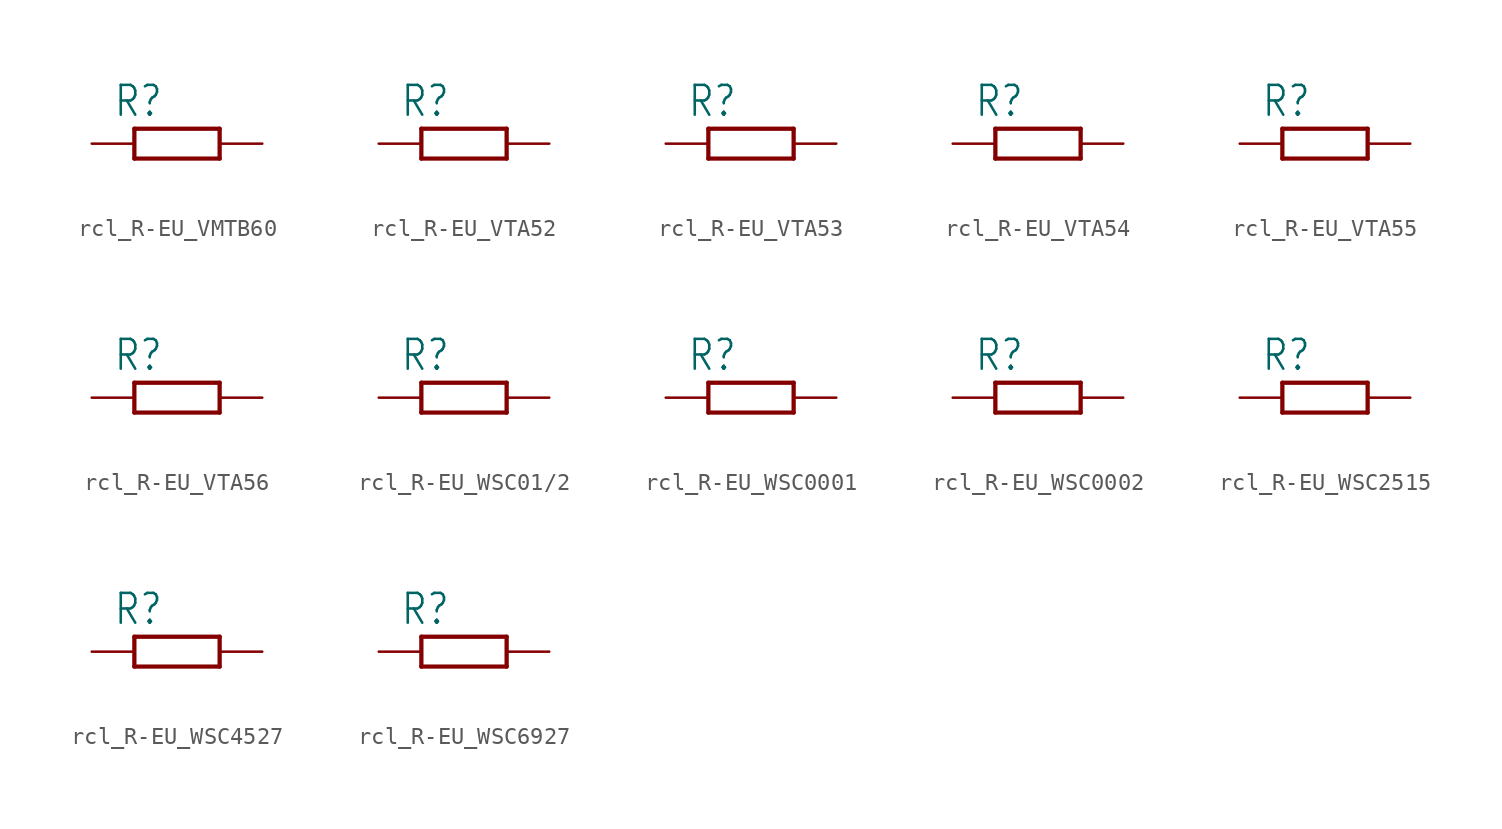
<source format=kicad_sym>
(kicad_symbol_lib
  (version 20231120)
  (generator "kicad_symbol_editor")
  (generator_version "8.0")
  (symbol "rcl_R-EU_VMTB60"
    (property "Reference" "R"
      (at -3.81 1.499 0)
      (effects (font (size 1.778 1.511)) (justify left bottom)))
    (property "Value" ""
      (at -3.81 -3.302 0)
      (effects (font (size 1.778 1.511)) (justify left bottom)))
    (property "ki_locked" ""
      (at 0 0 0)
      (effects (font (size 1.27 1.27))))
    (symbol "rcl_R-EU_VMTB60_1_0"
      (polyline (pts (xy -2.54 -0.889) (xy -2.54 0.889)) (stroke (width 0.254) (type solid)) (fill (type none)))
      (polyline (pts (xy -2.54 -0.889) (xy 2.54 -0.889)) (stroke (width 0.254) (type solid)) (fill (type none)))
      (polyline (pts (xy 2.54 -0.889) (xy 2.54 0.889)) (stroke (width 0.254) (type solid)) (fill (type none)))
      (polyline (pts (xy 2.54 0.889) (xy -2.54 0.889)) (stroke (width 0.254) (type solid)) (fill (type none)))
      (pin passive line (at -5.08 0 0) (length 2.54) (name "1" (effects (font (size 0 0)))) (number "1" (effects (font (size 0 0)))))
      (pin passive line (at 5.08 0 180) (length 2.54) (name "2" (effects (font (size 0 0)))) (number "2" (effects (font (size 0 0)))))))
  (symbol "rcl_R-EU_VTA52"
    (property "Reference" "R"
      (at -3.81 1.499 0)
      (effects (font (size 1.778 1.511)) (justify left bottom)))
    (property "Value" ""
      (at -3.81 -3.302 0)
      (effects (font (size 1.778 1.511)) (justify left bottom)))
    (property "ki_locked" ""
      (at 0 0 0)
      (effects (font (size 1.27 1.27))))
    (symbol "rcl_R-EU_VTA52_1_0"
      (polyline (pts (xy -2.54 -0.889) (xy -2.54 0.889)) (stroke (width 0.254) (type solid)) (fill (type none)))
      (polyline (pts (xy -2.54 -0.889) (xy 2.54 -0.889)) (stroke (width 0.254) (type solid)) (fill (type none)))
      (polyline (pts (xy 2.54 -0.889) (xy 2.54 0.889)) (stroke (width 0.254) (type solid)) (fill (type none)))
      (polyline (pts (xy 2.54 0.889) (xy -2.54 0.889)) (stroke (width 0.254) (type solid)) (fill (type none)))
      (pin passive line (at -5.08 0 0) (length 2.54) (name "1" (effects (font (size 0 0)))) (number "1" (effects (font (size 0 0)))))
      (pin passive line (at 5.08 0 180) (length 2.54) (name "2" (effects (font (size 0 0)))) (number "2" (effects (font (size 0 0)))))))
  (symbol "rcl_R-EU_VTA53"
    (property "Reference" "R"
      (at -3.81 1.499 0)
      (effects (font (size 1.778 1.511)) (justify left bottom)))
    (property "Value" ""
      (at -3.81 -3.302 0)
      (effects (font (size 1.778 1.511)) (justify left bottom)))
    (property "ki_locked" ""
      (at 0 0 0)
      (effects (font (size 1.27 1.27))))
    (symbol "rcl_R-EU_VTA53_1_0"
      (polyline (pts (xy -2.54 -0.889) (xy -2.54 0.889)) (stroke (width 0.254) (type solid)) (fill (type none)))
      (polyline (pts (xy -2.54 -0.889) (xy 2.54 -0.889)) (stroke (width 0.254) (type solid)) (fill (type none)))
      (polyline (pts (xy 2.54 -0.889) (xy 2.54 0.889)) (stroke (width 0.254) (type solid)) (fill (type none)))
      (polyline (pts (xy 2.54 0.889) (xy -2.54 0.889)) (stroke (width 0.254) (type solid)) (fill (type none)))
      (pin passive line (at -5.08 0 0) (length 2.54) (name "1" (effects (font (size 0 0)))) (number "1" (effects (font (size 0 0)))))
      (pin passive line (at 5.08 0 180) (length 2.54) (name "2" (effects (font (size 0 0)))) (number "2" (effects (font (size 0 0)))))))
  (symbol "rcl_R-EU_VTA54"
    (property "Reference" "R"
      (at -3.81 1.499 0)
      (effects (font (size 1.778 1.511)) (justify left bottom)))
    (property "Value" ""
      (at -3.81 -3.302 0)
      (effects (font (size 1.778 1.511)) (justify left bottom)))
    (property "ki_locked" ""
      (at 0 0 0)
      (effects (font (size 1.27 1.27))))
    (symbol "rcl_R-EU_VTA54_1_0"
      (polyline (pts (xy -2.54 -0.889) (xy -2.54 0.889)) (stroke (width 0.254) (type solid)) (fill (type none)))
      (polyline (pts (xy -2.54 -0.889) (xy 2.54 -0.889)) (stroke (width 0.254) (type solid)) (fill (type none)))
      (polyline (pts (xy 2.54 -0.889) (xy 2.54 0.889)) (stroke (width 0.254) (type solid)) (fill (type none)))
      (polyline (pts (xy 2.54 0.889) (xy -2.54 0.889)) (stroke (width 0.254) (type solid)) (fill (type none)))
      (pin passive line (at -5.08 0 0) (length 2.54) (name "1" (effects (font (size 0 0)))) (number "1" (effects (font (size 0 0)))))
      (pin passive line (at 5.08 0 180) (length 2.54) (name "2" (effects (font (size 0 0)))) (number "2" (effects (font (size 0 0)))))))
  (symbol "rcl_R-EU_VTA55"
    (property "Reference" "R"
      (at -3.81 1.499 0)
      (effects (font (size 1.778 1.511)) (justify left bottom)))
    (property "Value" ""
      (at -3.81 -3.302 0)
      (effects (font (size 1.778 1.511)) (justify left bottom)))
    (property "ki_locked" ""
      (at 0 0 0)
      (effects (font (size 1.27 1.27))))
    (symbol "rcl_R-EU_VTA55_1_0"
      (polyline (pts (xy -2.54 -0.889) (xy -2.54 0.889)) (stroke (width 0.254) (type solid)) (fill (type none)))
      (polyline (pts (xy -2.54 -0.889) (xy 2.54 -0.889)) (stroke (width 0.254) (type solid)) (fill (type none)))
      (polyline (pts (xy 2.54 -0.889) (xy 2.54 0.889)) (stroke (width 0.254) (type solid)) (fill (type none)))
      (polyline (pts (xy 2.54 0.889) (xy -2.54 0.889)) (stroke (width 0.254) (type solid)) (fill (type none)))
      (pin passive line (at -5.08 0 0) (length 2.54) (name "1" (effects (font (size 0 0)))) (number "1" (effects (font (size 0 0)))))
      (pin passive line (at 5.08 0 180) (length 2.54) (name "2" (effects (font (size 0 0)))) (number "2" (effects (font (size 0 0)))))))
  (symbol "rcl_R-EU_VTA56"
    (property "Reference" "R"
      (at -3.81 1.499 0)
      (effects (font (size 1.778 1.511)) (justify left bottom)))
    (property "Value" ""
      (at -3.81 -3.302 0)
      (effects (font (size 1.778 1.511)) (justify left bottom)))
    (property "ki_locked" ""
      (at 0 0 0)
      (effects (font (size 1.27 1.27))))
    (symbol "rcl_R-EU_VTA56_1_0"
      (polyline (pts (xy -2.54 -0.889) (xy -2.54 0.889)) (stroke (width 0.254) (type solid)) (fill (type none)))
      (polyline (pts (xy -2.54 -0.889) (xy 2.54 -0.889)) (stroke (width 0.254) (type solid)) (fill (type none)))
      (polyline (pts (xy 2.54 -0.889) (xy 2.54 0.889)) (stroke (width 0.254) (type solid)) (fill (type none)))
      (polyline (pts (xy 2.54 0.889) (xy -2.54 0.889)) (stroke (width 0.254) (type solid)) (fill (type none)))
      (pin passive line (at -5.08 0 0) (length 2.54) (name "1" (effects (font (size 0 0)))) (number "1" (effects (font (size 0 0)))))
      (pin passive line (at 5.08 0 180) (length 2.54) (name "2" (effects (font (size 0 0)))) (number "2" (effects (font (size 0 0)))))))
  (symbol "rcl_R-EU_WSC01/2"
    (property "Reference" "R"
      (at -3.81 1.499 0)
      (effects (font (size 1.778 1.511)) (justify left bottom)))
    (property "Value" ""
      (at -3.81 -3.302 0)
      (effects (font (size 1.778 1.511)) (justify left bottom)))
    (property "ki_locked" ""
      (at 0 0 0)
      (effects (font (size 1.27 1.27))))
    (symbol "rcl_R-EU_WSC01/2_1_0"
      (polyline (pts (xy -2.54 -0.889) (xy -2.54 0.889)) (stroke (width 0.254) (type solid)) (fill (type none)))
      (polyline (pts (xy -2.54 -0.889) (xy 2.54 -0.889)) (stroke (width 0.254) (type solid)) (fill (type none)))
      (polyline (pts (xy 2.54 -0.889) (xy 2.54 0.889)) (stroke (width 0.254) (type solid)) (fill (type none)))
      (polyline (pts (xy 2.54 0.889) (xy -2.54 0.889)) (stroke (width 0.254) (type solid)) (fill (type none)))
      (pin passive line (at -5.08 0 0) (length 2.54) (name "1" (effects (font (size 0 0)))) (number "1" (effects (font (size 0 0)))))
      (pin passive line (at 5.08 0 180) (length 2.54) (name "2" (effects (font (size 0 0)))) (number "2" (effects (font (size 0 0)))))))
  (symbol "rcl_R-EU_WSC0001"
    (property "Reference" "R"
      (at -3.81 1.499 0)
      (effects (font (size 1.778 1.511)) (justify left bottom)))
    (property "Value" ""
      (at -3.81 -3.302 0)
      (effects (font (size 1.778 1.511)) (justify left bottom)))
    (property "ki_locked" ""
      (at 0 0 0)
      (effects (font (size 1.27 1.27))))
    (symbol "rcl_R-EU_WSC0001_1_0"
      (polyline (pts (xy -2.54 -0.889) (xy -2.54 0.889)) (stroke (width 0.254) (type solid)) (fill (type none)))
      (polyline (pts (xy -2.54 -0.889) (xy 2.54 -0.889)) (stroke (width 0.254) (type solid)) (fill (type none)))
      (polyline (pts (xy 2.54 -0.889) (xy 2.54 0.889)) (stroke (width 0.254) (type solid)) (fill (type none)))
      (polyline (pts (xy 2.54 0.889) (xy -2.54 0.889)) (stroke (width 0.254) (type solid)) (fill (type none)))
      (pin passive line (at -5.08 0 0) (length 2.54) (name "1" (effects (font (size 0 0)))) (number "1" (effects (font (size 0 0)))))
      (pin passive line (at 5.08 0 180) (length 2.54) (name "2" (effects (font (size 0 0)))) (number "2" (effects (font (size 0 0)))))))
  (symbol "rcl_R-EU_WSC0002"
    (property "Reference" "R"
      (at -3.81 1.499 0)
      (effects (font (size 1.778 1.511)) (justify left bottom)))
    (property "Value" ""
      (at -3.81 -3.302 0)
      (effects (font (size 1.778 1.511)) (justify left bottom)))
    (property "ki_locked" ""
      (at 0 0 0)
      (effects (font (size 1.27 1.27))))
    (symbol "rcl_R-EU_WSC0002_1_0"
      (polyline (pts (xy -2.54 -0.889) (xy -2.54 0.889)) (stroke (width 0.254) (type solid)) (fill (type none)))
      (polyline (pts (xy -2.54 -0.889) (xy 2.54 -0.889)) (stroke (width 0.254) (type solid)) (fill (type none)))
      (polyline (pts (xy 2.54 -0.889) (xy 2.54 0.889)) (stroke (width 0.254) (type solid)) (fill (type none)))
      (polyline (pts (xy 2.54 0.889) (xy -2.54 0.889)) (stroke (width 0.254) (type solid)) (fill (type none)))
      (pin passive line (at -5.08 0 0) (length 2.54) (name "1" (effects (font (size 0 0)))) (number "1" (effects (font (size 0 0)))))
      (pin passive line (at 5.08 0 180) (length 2.54) (name "2" (effects (font (size 0 0)))) (number "2" (effects (font (size 0 0)))))))
  (symbol "rcl_R-EU_WSC2515"
    (property "Reference" "R"
      (at -3.81 1.499 0)
      (effects (font (size 1.778 1.511)) (justify left bottom)))
    (property "Value" ""
      (at -3.81 -3.302 0)
      (effects (font (size 1.778 1.511)) (justify left bottom)))
    (property "ki_locked" ""
      (at 0 0 0)
      (effects (font (size 1.27 1.27))))
    (symbol "rcl_R-EU_WSC2515_1_0"
      (polyline (pts (xy -2.54 -0.889) (xy -2.54 0.889)) (stroke (width 0.254) (type solid)) (fill (type none)))
      (polyline (pts (xy -2.54 -0.889) (xy 2.54 -0.889)) (stroke (width 0.254) (type solid)) (fill (type none)))
      (polyline (pts (xy 2.54 -0.889) (xy 2.54 0.889)) (stroke (width 0.254) (type solid)) (fill (type none)))
      (polyline (pts (xy 2.54 0.889) (xy -2.54 0.889)) (stroke (width 0.254) (type solid)) (fill (type none)))
      (pin passive line (at -5.08 0 0) (length 2.54) (name "1" (effects (font (size 0 0)))) (number "1" (effects (font (size 0 0)))))
      (pin passive line (at 5.08 0 180) (length 2.54) (name "2" (effects (font (size 0 0)))) (number "2" (effects (font (size 0 0)))))))
  (symbol "rcl_R-EU_WSC4527"
    (property "Reference" "R"
      (at -3.81 1.499 0)
      (effects (font (size 1.778 1.511)) (justify left bottom)))
    (property "Value" ""
      (at -3.81 -3.302 0)
      (effects (font (size 1.778 1.511)) (justify left bottom)))
    (property "ki_locked" ""
      (at 0 0 0)
      (effects (font (size 1.27 1.27))))
    (symbol "rcl_R-EU_WSC4527_1_0"
      (polyline (pts (xy -2.54 -0.889) (xy -2.54 0.889)) (stroke (width 0.254) (type solid)) (fill (type none)))
      (polyline (pts (xy -2.54 -0.889) (xy 2.54 -0.889)) (stroke (width 0.254) (type solid)) (fill (type none)))
      (polyline (pts (xy 2.54 -0.889) (xy 2.54 0.889)) (stroke (width 0.254) (type solid)) (fill (type none)))
      (polyline (pts (xy 2.54 0.889) (xy -2.54 0.889)) (stroke (width 0.254) (type solid)) (fill (type none)))
      (pin passive line (at -5.08 0 0) (length 2.54) (name "1" (effects (font (size 0 0)))) (number "1" (effects (font (size 0 0)))))
      (pin passive line (at 5.08 0 180) (length 2.54) (name "2" (effects (font (size 0 0)))) (number "2" (effects (font (size 0 0)))))))
  (symbol "rcl_R-EU_WSC6927"
    (property "Reference" "R"
      (at -3.81 1.499 0)
      (effects (font (size 1.778 1.511)) (justify left bottom)))
    (property "Value" ""
      (at -3.81 -3.302 0)
      (effects (font (size 1.778 1.511)) (justify left bottom)))
    (property "ki_locked" ""
      (at 0 0 0)
      (effects (font (size 1.27 1.27))))
    (symbol "rcl_R-EU_WSC6927_1_0"
      (polyline (pts (xy -2.54 -0.889) (xy -2.54 0.889)) (stroke (width 0.254) (type solid)) (fill (type none)))
      (polyline (pts (xy -2.54 -0.889) (xy 2.54 -0.889)) (stroke (width 0.254) (type solid)) (fill (type none)))
      (polyline (pts (xy 2.54 -0.889) (xy 2.54 0.889)) (stroke (width 0.254) (type solid)) (fill (type none)))
      (polyline (pts (xy 2.54 0.889) (xy -2.54 0.889)) (stroke (width 0.254) (type solid)) (fill (type none)))
      (pin passive line (at -5.08 0 0) (length 2.54) (name "1" (effects (font (size 0 0)))) (number "1" (effects (font (size 0 0)))))
      (pin passive line (at 5.08 0 180) (length 2.54) (name "2" (effects (font (size 0 0)))) (number "2" (effects (font (size 0 0))))))))
</source>
